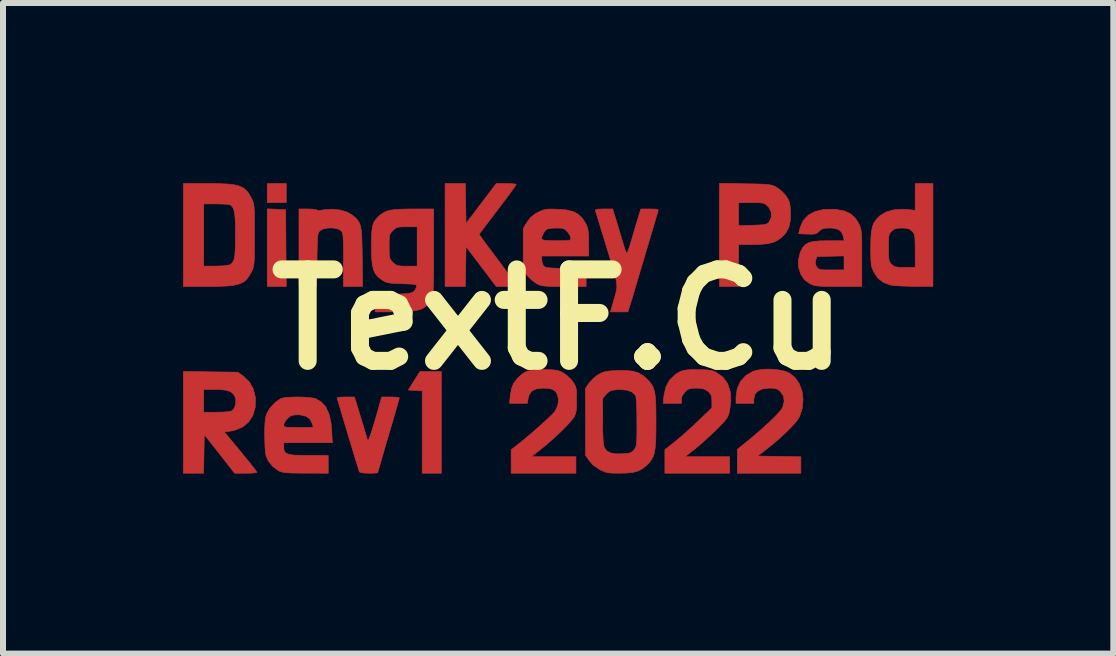
<source format=kicad_pcb>
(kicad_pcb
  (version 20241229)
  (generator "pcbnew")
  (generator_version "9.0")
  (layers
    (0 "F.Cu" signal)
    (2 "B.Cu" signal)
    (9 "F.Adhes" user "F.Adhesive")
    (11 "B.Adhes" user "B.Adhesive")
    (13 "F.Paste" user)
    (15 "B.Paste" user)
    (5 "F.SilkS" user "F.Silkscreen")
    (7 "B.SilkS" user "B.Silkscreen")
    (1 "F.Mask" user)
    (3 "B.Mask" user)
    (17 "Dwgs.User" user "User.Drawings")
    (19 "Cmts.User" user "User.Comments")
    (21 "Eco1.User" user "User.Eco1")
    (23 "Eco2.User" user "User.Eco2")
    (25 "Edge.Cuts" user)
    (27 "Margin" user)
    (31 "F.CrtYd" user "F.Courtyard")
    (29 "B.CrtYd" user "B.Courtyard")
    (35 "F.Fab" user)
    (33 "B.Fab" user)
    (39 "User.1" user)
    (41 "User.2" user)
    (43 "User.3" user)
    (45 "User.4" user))
  (footprint "TextF.Cu"
    (layer "F.Cu")
    (at 6.249 2.273)
    (property "Reference" "TextF.Cu" (at 0 0 0) (layer "F.SilkS") (effects (font (size 1.524 1.524) (thickness 0.3))))
    (attr through_hole exclude_from_pos_files exclude_from_bom)
    (fp_poly (pts (xy -4.53 -1.947) (xy -4.847 -1.947) (xy -4.847 -2.265) (xy -4.53 -2.265) (xy -4.53 -1.947)) (stroke (width 0.01) (type solid)) (fill yes) (layer "F.Cu"))
    (fp_poly (pts (xy -4.54 -1.831) (xy -4.535 -1.191) (xy -4.529 -0.55) (xy -4.847 -0.55) (xy -4.847 -1.843) (xy -4.54 -1.831)) (stroke (width 0.01) (type solid)) (fill yes) (layer "F.Cu"))
    (fp_poly (pts (xy -1.947 2.561) (xy -2.265 2.561) (xy -2.265 1.187) (xy -2.381 1.181) (xy -2.496 1.175) (xy -2.304 0.868) (xy -1.947 0.868) (xy -1.947 2.561)) (stroke (width 0.01) (type solid)) (fill yes) (layer "F.Cu"))
    (fp_poly (pts (xy -1.535 -1.6) (xy -1.283 -1.933) (xy -1.031 -2.265) (xy -0.865 -2.265) (xy -0.787 -2.263) (xy -0.729 -2.259) (xy -0.7 -2.252) (xy -0.699 -2.25) (xy -0.711 -2.23) (xy -0.745 -2.181) (xy -0.798 -2.107) (xy -0.867 -2.015) (xy -0.947 -1.908) (xy -1.008 -1.828) (xy -1.317 -1.42) (xy -1.268 -1.35) (xy -1.24 -1.312) (xy -1.191 -1.246) (xy -1.127 -1.159) (xy -1.052 -1.059) (xy -0.972 -0.951) (xy -0.968 -0.947) (xy -0.891 -0.842) (xy -0.821 -0.748) (xy -0.765 -0.669) (xy -0.725 -0.613) (xy -0.707 -0.583) (xy -0.706 -0.582) (xy -0.707 -0.566) (xy -0.728 -0.556) (xy -0.777 -0.552) (xy -0.861 -0.55) (xy -1.031 -0.55) (xy -1.283 -0.883) (xy -1.535 -1.215) (xy -1.546 -0.55) (xy -1.884 -0.55) (xy -1.884 -2.265) (xy -1.546 -2.265) (xy -1.535 -1.6)) (stroke (width 0.01) (type solid)) (fill yes) (layer "F.Cu"))
    (fp_poly (pts (xy -4.097 -1.839) (xy -4.044 -1.833) (xy -4.022 -1.825) (xy -4.022 -1.824) (xy -4.003 -1.818) (xy -3.954 -1.82) (xy -3.903 -1.828) (xy -3.771 -1.838) (xy -3.639 -1.825) (xy -3.52 -1.791) (xy -3.431 -1.74) (xy -3.383 -1.7) (xy -3.346 -1.662) (xy -3.318 -1.621) (xy -3.297 -1.57) (xy -3.283 -1.504) (xy -3.274 -1.418) (xy -3.269 -1.304) (xy -3.265 -1.158) (xy -3.264 -1.042) (xy -3.257 -0.55) (xy -3.577 -0.55) (xy -3.577 -0.995) (xy -3.577 -1.144) (xy -3.578 -1.256) (xy -3.581 -1.338) (xy -3.585 -1.395) (xy -3.591 -1.433) (xy -3.601 -1.458) (xy -3.614 -1.475) (xy -3.619 -1.482) (xy -3.673 -1.511) (xy -3.751 -1.525) (xy -3.837 -1.524) (xy -3.915 -1.508) (xy -3.961 -1.484) (xy -3.978 -1.469) (xy -3.99 -1.452) (xy -3.999 -1.426) (xy -4.006 -1.386) (xy -4.01 -1.326) (xy -4.013 -1.241) (xy -4.016 -1.123) (xy -4.018 -0.997) (xy -4.024 -0.55) (xy -4.318 -0.55) (xy -4.318 -1.841) (xy -4.17 -1.841) (xy -4.097 -1.839)) (stroke (width 0.01) (type solid)) (fill yes) (layer "F.Cu"))
    (fp_poly (pts (xy -5.791 0.872) (xy -5.338 0.878) (xy -5.246 0.943) (xy -5.146 1.038) (xy -5.078 1.159) (xy -5.044 1.302) (xy -5.044 1.308) (xy -5.047 1.463) (xy -5.086 1.597) (xy -5.157 1.708) (xy -5.258 1.791) (xy -5.387 1.845) (xy -5.462 1.86) (xy -5.562 1.873) (xy -5.29 2.201) (xy -5.208 2.302) (xy -5.135 2.391) (xy -5.077 2.465) (xy -5.036 2.518) (xy -5.018 2.544) (xy -5.018 2.545) (xy -5.037 2.552) (xy -5.089 2.558) (xy -5.164 2.561) (xy -5.203 2.561) (xy -5.389 2.561) (xy -5.642 2.239) (xy -5.895 1.917) (xy -5.901 2.239) (xy -5.907 2.561) (xy -6.244 2.561) (xy -6.244 1.545) (xy -5.905 1.545) (xy -5.692 1.545) (xy -5.598 1.543) (xy -5.516 1.538) (xy -5.459 1.53) (xy -5.44 1.524) (xy -5.395 1.478) (xy -5.371 1.408) (xy -5.371 1.329) (xy -5.384 1.284) (xy -5.416 1.234) (xy -5.465 1.199) (xy -5.54 1.177) (xy -5.645 1.166) (xy -5.741 1.164) (xy -5.905 1.164) (xy -5.905 1.545) (xy -6.244 1.545) (xy -6.244 0.866) (xy -5.791 0.872)) (stroke (width 0.01) (type solid)) (fill yes) (layer "F.Cu"))
    (fp_poly (pts (xy 3.117 -2.261) (xy 3.263 -2.259) (xy 3.373 -2.256) (xy 3.454 -2.252) (xy 3.513 -2.246) (xy 3.557 -2.238) (xy 3.592 -2.226) (xy 3.624 -2.21) (xy 3.64 -2.201) (xy 3.71 -2.15) (xy 3.778 -2.083) (xy 3.798 -2.057) (xy 3.832 -2.003) (xy 3.853 -1.952) (xy 3.864 -1.889) (xy 3.87 -1.798) (xy 3.87 -1.796) (xy 3.868 -1.651) (xy 3.843 -1.536) (xy 3.793 -1.442) (xy 3.722 -1.368) (xy 3.655 -1.319) (xy 3.578 -1.285) (xy 3.485 -1.263) (xy 3.365 -1.252) (xy 3.229 -1.249) (xy 3.006 -1.249) (xy 3.006 -0.55) (xy 2.688 -0.55) (xy 2.688 -1.947) (xy 3.006 -1.947) (xy 3.006 -1.563) (xy 3.24 -1.57) (xy 3.344 -1.574) (xy 3.414 -1.579) (xy 3.46 -1.587) (xy 3.489 -1.6) (xy 3.51 -1.62) (xy 3.516 -1.627) (xy 3.552 -1.703) (xy 3.551 -1.785) (xy 3.514 -1.863) (xy 3.494 -1.885) (xy 3.464 -1.914) (xy 3.435 -1.932) (xy 3.397 -1.942) (xy 3.341 -1.946) (xy 3.255 -1.947) (xy 3.219 -1.947) (xy 3.006 -1.947) (xy 2.688 -1.947) (xy 2.688 -2.268) (xy 3.117 -2.261)) (stroke (width 0.01) (type solid)) (fill yes) (layer "F.Cu"))
    (fp_poly (pts (xy 3.662 0.838) (xy 3.771 0.86) (xy 3.85 0.89) (xy 3.947 0.968) (xy 4.019 1.073) (xy 4.064 1.199) (xy 4.08 1.336) (xy 4.067 1.479) (xy 4.021 1.619) (xy 4.018 1.624) (xy 3.979 1.685) (xy 3.91 1.765) (xy 3.819 1.859) (xy 3.709 1.962) (xy 3.588 2.067) (xy 3.477 2.156) (xy 3.324 2.275) (xy 3.683 2.281) (xy 4.043 2.287) (xy 4.043 2.561) (xy 2.985 2.561) (xy 2.985 2.164) (xy 3.138 2.04) (xy 3.264 1.936) (xy 3.384 1.832) (xy 3.495 1.731) (xy 3.59 1.64) (xy 3.667 1.561) (xy 3.718 1.5) (xy 3.739 1.468) (xy 3.766 1.366) (xy 3.756 1.281) (xy 3.708 1.208) (xy 3.706 1.205) (xy 3.665 1.169) (xy 3.623 1.151) (xy 3.565 1.144) (xy 3.517 1.143) (xy 3.405 1.156) (xy 3.323 1.194) (xy 3.274 1.254) (xy 3.26 1.325) (xy 3.26 1.397) (xy 2.963 1.397) (xy 2.964 1.286) (xy 2.984 1.149) (xy 3.039 1.03) (xy 3.126 0.934) (xy 3.241 0.867) (xy 3.308 0.845) (xy 3.416 0.829) (xy 3.539 0.827) (xy 3.662 0.838)) (stroke (width 0.01) (type solid)) (fill yes) (layer "F.Cu"))
    (fp_poly (pts (xy -3.291 1.625) (xy -3.256 1.74) (xy -3.225 1.845) (xy -3.199 1.931) (xy -3.182 1.989) (xy -3.176 2.009) (xy -3.167 2.013) (xy -3.15 1.983) (xy -3.125 1.918) (xy -3.092 1.817) (xy -3.05 1.678) (xy -2.999 1.5) (xy -2.959 1.36) (xy -2.94 1.291) (xy -2.793 1.291) (xy -2.72 1.293) (xy -2.668 1.298) (xy -2.646 1.304) (xy -2.646 1.305) (xy -2.652 1.328) (xy -2.668 1.387) (xy -2.693 1.475) (xy -2.726 1.59) (xy -2.765 1.724) (xy -2.809 1.873) (xy -2.826 1.93) (xy -2.871 2.083) (xy -2.912 2.223) (xy -2.947 2.345) (xy -2.975 2.443) (xy -2.995 2.512) (xy -3.005 2.547) (xy -3.006 2.551) (xy -3.025 2.556) (xy -3.076 2.56) (xy -3.148 2.561) (xy -3.154 2.561) (xy -3.248 2.557) (xy -3.301 2.546) (xy -3.313 2.535) (xy -3.323 2.503) (xy -3.343 2.439) (xy -3.371 2.348) (xy -3.405 2.236) (xy -3.443 2.11) (xy -3.484 1.975) (xy -3.525 1.838) (xy -3.565 1.704) (xy -3.602 1.58) (xy -3.634 1.472) (xy -3.66 1.386) (xy -3.676 1.328) (xy -3.683 1.304) (xy -3.683 1.303) (xy -3.664 1.297) (xy -3.613 1.293) (xy -3.541 1.291) (xy -3.538 1.291) (xy -3.393 1.291) (xy -3.291 1.625)) (stroke (width 0.01) (type solid)) (fill yes) (layer "F.Cu"))
    (fp_poly (pts (xy 2.426 0.837) (xy 2.503 0.842) (xy 2.56 0.851) (xy 2.606 0.867) (xy 2.639 0.884) (xy 2.748 0.964) (xy 2.824 1.07) (xy 2.867 1.202) (xy 2.877 1.357) (xy 2.855 1.528) (xy 2.842 1.578) (xy 2.824 1.621) (xy 2.794 1.666) (xy 2.748 1.72) (xy 2.678 1.792) (xy 2.638 1.833) (xy 2.545 1.922) (xy 2.442 2.016) (xy 2.345 2.102) (xy 2.279 2.156) (xy 2.114 2.286) (xy 2.857 2.286) (xy 2.857 2.561) (xy 1.778 2.561) (xy 1.778 2.365) (xy 1.778 2.17) (xy 1.951 2.032) (xy 2.034 1.963) (xy 2.135 1.875) (xy 2.24 1.779) (xy 2.339 1.686) (xy 2.342 1.683) (xy 2.562 1.471) (xy 2.561 1.362) (xy 2.558 1.292) (xy 2.543 1.248) (xy 2.51 1.21) (xy 2.496 1.198) (xy 2.449 1.165) (xy 2.398 1.149) (xy 2.326 1.143) (xy 2.304 1.143) (xy 2.228 1.146) (xy 2.179 1.157) (xy 2.14 1.182) (xy 2.115 1.205) (xy 2.064 1.277) (xy 2.053 1.332) (xy 2.053 1.397) (xy 1.751 1.397) (xy 1.762 1.27) (xy 1.794 1.126) (xy 1.858 1.007) (xy 1.954 0.915) (xy 1.985 0.895) (xy 2.032 0.869) (xy 2.076 0.852) (xy 2.126 0.842) (xy 2.194 0.837) (xy 2.29 0.836) (xy 2.318 0.836) (xy 2.426 0.837)) (stroke (width 0.01) (type solid)) (fill yes) (layer "F.Cu"))
    (fp_poly (pts (xy 0.972 -1.635) (xy 1.006 -1.523) (xy 1.041 -1.404) (xy 1.073 -1.297) (xy 1.083 -1.265) (xy 1.106 -1.189) (xy 1.127 -1.131) (xy 1.141 -1.102) (xy 1.144 -1.101) (xy 1.155 -1.12) (xy 1.174 -1.172) (xy 1.199 -1.248) (xy 1.227 -1.339) (xy 1.259 -1.45) (xy 1.292 -1.561) (xy 1.321 -1.657) (xy 1.337 -1.709) (xy 1.378 -1.841) (xy 1.526 -1.841) (xy 1.604 -1.84) (xy 1.647 -1.836) (xy 1.665 -1.825) (xy 1.664 -1.806) (xy 1.664 -1.804) (xy 1.655 -1.776) (xy 1.636 -1.712) (xy 1.608 -1.617) (xy 1.572 -1.496) (xy 1.53 -1.354) (xy 1.483 -1.196) (xy 1.439 -1.048) (xy 1.388 -0.876) (xy 1.34 -0.713) (xy 1.295 -0.565) (xy 1.257 -0.436) (xy 1.226 -0.333) (xy 1.204 -0.26) (xy 1.193 -0.228) (xy 1.161 -0.127) (xy 0.871 -0.127) (xy 0.912 -0.27) (xy 0.937 -0.354) (xy 0.956 -0.422) (xy 0.97 -0.479) (xy 0.977 -0.532) (xy 0.976 -0.587) (xy 0.967 -0.649) (xy 0.95 -0.726) (xy 0.924 -0.822) (xy 0.887 -0.943) (xy 0.84 -1.097) (xy 0.813 -1.185) (xy 0.767 -1.339) (xy 0.723 -1.479) (xy 0.686 -1.602) (xy 0.655 -1.702) (xy 0.633 -1.773) (xy 0.621 -1.811) (xy 0.619 -1.815) (xy 0.626 -1.83) (xy 0.662 -1.838) (xy 0.733 -1.841) (xy 0.759 -1.841) (xy 0.908 -1.841) (xy 0.972 -1.635)) (stroke (width 0.01) (type solid)) (fill yes) (layer "F.Cu"))
    (fp_poly (pts (xy -5.654 -2.263) (xy -5.511 -2.257) (xy -5.398 -2.244) (xy -5.311 -2.223) (xy -5.244 -2.192) (xy -5.192 -2.148) (xy -5.149 -2.091) (xy -5.112 -2.024) (xy -5.095 -1.989) (xy -5.082 -1.957) (xy -5.073 -1.921) (xy -5.067 -1.874) (xy -5.062 -1.811) (xy -5.06 -1.727) (xy -5.059 -1.614) (xy -5.059 -1.467) (xy -5.059 -1.408) (xy -5.059 -1.247) (xy -5.06 -1.123) (xy -5.062 -1.03) (xy -5.065 -0.96) (xy -5.071 -0.909) (xy -5.079 -0.87) (xy -5.09 -0.837) (xy -5.105 -0.804) (xy -5.112 -0.791) (xy -5.152 -0.72) (xy -5.195 -0.663) (xy -5.249 -0.621) (xy -5.317 -0.591) (xy -5.405 -0.57) (xy -5.519 -0.558) (xy -5.665 -0.552) (xy -5.835 -0.55) (xy -6.244 -0.55) (xy -6.244 -1.926) (xy -5.905 -1.926) (xy -5.905 -0.889) (xy -5.699 -0.89) (xy -5.589 -0.893) (xy -5.508 -0.901) (xy -5.462 -0.914) (xy -5.459 -0.916) (xy -5.431 -0.942) (xy -5.409 -0.975) (xy -5.394 -1.021) (xy -5.385 -1.087) (xy -5.379 -1.177) (xy -5.377 -1.299) (xy -5.376 -1.407) (xy -5.378 -1.565) (xy -5.382 -1.686) (xy -5.391 -1.775) (xy -5.406 -1.838) (xy -5.427 -1.879) (xy -5.455 -1.904) (xy -5.473 -1.913) (xy -5.508 -1.919) (xy -5.574 -1.923) (xy -5.66 -1.926) (xy -5.706 -1.926) (xy -5.905 -1.926) (xy -6.244 -1.926) (xy -6.244 -2.265) (xy -5.835 -2.265) (xy -5.654 -2.263)) (stroke (width 0.01) (type solid)) (fill yes) (layer "F.Cu"))
    (fp_poly (pts (xy -0.137 0.837) (xy -0.062 0.841) (xy -0.008 0.85) (xy 0.037 0.865) (xy 0.083 0.889) (xy 0.084 0.889) (xy 0.154 0.94) (xy 0.222 1.007) (xy 0.242 1.034) (xy 0.272 1.078) (xy 0.291 1.117) (xy 0.301 1.162) (xy 0.306 1.225) (xy 0.307 1.316) (xy 0.307 1.341) (xy 0.306 1.444) (xy 0.301 1.516) (xy 0.29 1.568) (xy 0.273 1.609) (xy 0.261 1.63) (xy 0.216 1.688) (xy 0.146 1.766) (xy 0.056 1.857) (xy -0.047 1.954) (xy -0.156 2.051) (xy -0.264 2.141) (xy -0.282 2.155) (xy -0.447 2.286) (xy 0.296 2.286) (xy 0.296 2.561) (xy -0.783 2.561) (xy -0.783 2.365) (xy -0.783 2.17) (xy -0.629 2.049) (xy -0.538 1.974) (xy -0.439 1.891) (xy -0.339 1.803) (xy -0.244 1.718) (xy -0.161 1.641) (xy -0.096 1.578) (xy -0.056 1.534) (xy -0.051 1.527) (xy -0.007 1.436) (xy 0.006 1.338) (xy -0.01 1.257) (xy -0.044 1.199) (xy -0.092 1.164) (xy -0.164 1.147) (xy -0.25 1.143) (xy -0.359 1.154) (xy -0.435 1.189) (xy -0.482 1.25) (xy -0.5 1.314) (xy -0.513 1.397) (xy -0.81 1.397) (xy -0.797 1.269) (xy -0.777 1.153) (xy -0.741 1.063) (xy -0.681 0.984) (xy -0.664 0.966) (xy -0.605 0.912) (xy -0.547 0.875) (xy -0.481 0.853) (xy -0.397 0.841) (xy -0.283 0.837) (xy -0.243 0.836) (xy -0.137 0.837)) (stroke (width 0.01) (type solid)) (fill yes) (layer "F.Cu"))
    (fp_poly (pts (xy 6.244 -0.55) (xy 5.932 -0.552) (xy 5.814 -0.555) (xy 5.704 -0.559) (xy 5.612 -0.565) (xy 5.55 -0.572) (xy 5.537 -0.574) (xy 5.417 -0.618) (xy 5.326 -0.691) (xy 5.261 -0.788) (xy 5.24 -0.835) (xy 5.225 -0.878) (xy 5.215 -0.927) (xy 5.21 -0.991) (xy 5.208 -1.079) (xy 5.207 -1.195) (xy 5.207 -1.196) (xy 5.503 -1.196) (xy 5.504 -1.095) (xy 5.507 -1.027) (xy 5.515 -0.982) (xy 5.528 -0.952) (xy 5.549 -0.926) (xy 5.555 -0.92) (xy 5.586 -0.893) (xy 5.621 -0.878) (xy 5.671 -0.87) (xy 5.749 -0.868) (xy 5.778 -0.868) (xy 5.948 -0.868) (xy 5.948 -1.144) (xy 5.947 -1.257) (xy 5.945 -1.336) (xy 5.94 -1.389) (xy 5.931 -1.424) (xy 5.917 -1.449) (xy 5.896 -1.472) (xy 5.856 -1.504) (xy 5.808 -1.519) (xy 5.735 -1.524) (xy 5.726 -1.524) (xy 5.65 -1.52) (xy 5.6 -1.506) (xy 5.56 -1.476) (xy 5.555 -1.472) (xy 5.532 -1.446) (xy 5.517 -1.417) (xy 5.508 -1.376) (xy 5.504 -1.314) (xy 5.503 -1.221) (xy 5.503 -1.196) (xy 5.207 -1.196) (xy 5.21 -1.343) (xy 5.218 -1.457) (xy 5.235 -1.544) (xy 5.262 -1.612) (xy 5.302 -1.67) (xy 5.357 -1.725) (xy 5.361 -1.729) (xy 5.459 -1.789) (xy 5.585 -1.826) (xy 5.731 -1.837) (xy 5.815 -1.833) (xy 5.948 -1.819) (xy 5.948 -2.265) (xy 6.244 -2.265) (xy 6.244 -0.55)) (stroke (width 0.01) (type solid)) (fill yes) (layer "F.Cu"))
    (fp_poly (pts (xy -4.252 1.293) (xy -4.153 1.299) (xy -4.074 1.31) (xy -4.037 1.32) (xy -3.94 1.379) (xy -3.867 1.465) (xy -3.815 1.582) (xy -3.783 1.731) (xy -3.773 1.846) (xy -3.762 2.053) (xy -4.572 2.053) (xy -4.572 2.126) (xy -4.568 2.174) (xy -4.553 2.209) (xy -4.522 2.234) (xy -4.469 2.251) (xy -4.388 2.26) (xy -4.275 2.264) (xy -4.155 2.265) (xy -3.831 2.265) (xy -3.831 2.561) (xy -4.207 2.56) (xy -4.346 2.559) (xy -4.449 2.557) (xy -4.525 2.553) (xy -4.579 2.546) (xy -4.619 2.536) (xy -4.653 2.522) (xy -4.659 2.519) (xy -4.758 2.446) (xy -4.833 2.35) (xy -4.867 2.269) (xy -4.876 2.218) (xy -4.883 2.136) (xy -4.887 2.033) (xy -4.889 1.922) (xy -4.889 1.916) (xy -4.888 1.792) (xy -4.886 1.755) (xy -4.572 1.755) (xy -4.57 1.774) (xy -4.558 1.787) (xy -4.53 1.794) (xy -4.479 1.798) (xy -4.397 1.799) (xy -4.326 1.799) (xy -4.081 1.799) (xy -4.094 1.741) (xy -4.132 1.662) (xy -4.201 1.611) (xy -4.3 1.589) (xy -4.331 1.587) (xy -4.405 1.591) (xy -4.454 1.605) (xy -4.496 1.636) (xy -4.51 1.649) (xy -4.55 1.699) (xy -4.571 1.746) (xy -4.572 1.755) (xy -4.886 1.755) (xy -4.883 1.703) (xy -4.875 1.637) (xy -4.862 1.586) (xy -4.849 1.556) (xy -4.795 1.469) (xy -4.721 1.389) (xy -4.641 1.33) (xy -4.608 1.314) (xy -4.55 1.301) (xy -4.463 1.294) (xy -4.36 1.291) (xy -4.252 1.293)) (stroke (width 0.01) (type solid)) (fill yes) (layer "F.Cu"))
    (fp_poly (pts (xy 4.621 -1.835) (xy 4.762 -1.81) (xy 4.871 -1.761) (xy 4.954 -1.685) (xy 5.004 -1.605) (xy 5.022 -1.568) (xy 5.035 -1.534) (xy 5.045 -1.496) (xy 5.052 -1.449) (xy 5.056 -1.385) (xy 5.058 -1.299) (xy 5.059 -1.183) (xy 5.059 -1.032) (xy 5.059 -1.022) (xy 5.059 -0.55) (xy 4.672 -0.55) (xy 4.533 -0.551) (xy 4.429 -0.552) (xy 4.353 -0.556) (xy 4.297 -0.562) (xy 4.255 -0.571) (xy 4.219 -0.584) (xy 4.19 -0.598) (xy 4.102 -0.665) (xy 4.04 -0.758) (xy 4.006 -0.87) (xy 4.004 -0.928) (xy 4.284 -0.928) (xy 4.306 -0.878) (xy 4.324 -0.854) (xy 4.346 -0.839) (xy 4.382 -0.83) (xy 4.441 -0.826) (xy 4.531 -0.826) (xy 4.551 -0.826) (xy 4.763 -0.826) (xy 4.763 -1.06) (xy 4.537 -1.054) (xy 4.311 -1.048) (xy 4.291 -0.989) (xy 4.284 -0.928) (xy 4.004 -0.928) (xy 4.003 -0.991) (xy 4.032 -1.113) (xy 4.042 -1.137) (xy 4.077 -1.202) (xy 4.119 -1.249) (xy 4.174 -1.281) (xy 4.251 -1.3) (xy 4.355 -1.31) (xy 4.494 -1.312) (xy 4.766 -1.312) (xy 4.752 -1.381) (xy 4.725 -1.453) (xy 4.676 -1.498) (xy 4.598 -1.52) (xy 4.526 -1.524) (xy 4.45 -1.521) (xy 4.4 -1.509) (xy 4.361 -1.483) (xy 4.347 -1.47) (xy 4.314 -1.441) (xy 4.278 -1.426) (xy 4.227 -1.421) (xy 4.15 -1.423) (xy 4.006 -1.429) (xy 4.033 -1.534) (xy 4.082 -1.647) (xy 4.164 -1.736) (xy 4.276 -1.797) (xy 4.416 -1.832) (xy 4.583 -1.837) (xy 4.621 -1.835)) (stroke (width 0.01) (type solid)) (fill yes) (layer "F.Cu"))
    (fp_poly (pts (xy -0.012 -1.837) (xy -0.01 -1.837) (xy 0.135 -1.826) (xy 0.248 -1.799) (xy 0.334 -1.754) (xy 0.403 -1.687) (xy 0.451 -1.613) (xy 0.477 -1.561) (xy 0.494 -1.514) (xy 0.503 -1.458) (xy 0.507 -1.384) (xy 0.508 -1.283) (xy 0.508 -1.058) (xy -0.275 -1.058) (xy -0.275 -0.999) (xy -0.264 -0.939) (xy -0.245 -0.898) (xy -0.23 -0.883) (xy -0.208 -0.871) (xy -0.171 -0.863) (xy -0.112 -0.858) (xy -0.027 -0.854) (xy 0.094 -0.851) (xy 0.125 -0.851) (xy 0.466 -0.844) (xy 0.466 -0.55) (xy 0.099 -0.55) (xy -0.036 -0.551) (xy -0.136 -0.552) (xy -0.208 -0.556) (xy -0.261 -0.562) (xy -0.301 -0.572) (xy -0.337 -0.587) (xy -0.362 -0.6) (xy -0.432 -0.649) (xy -0.499 -0.714) (xy -0.519 -0.739) (xy -0.582 -0.829) (xy -0.582 -1.352) (xy -0.276 -1.352) (xy -0.262 -1.33) (xy -0.222 -1.318) (xy -0.149 -1.313) (xy -0.04 -1.312) (xy -0.032 -1.312) (xy 0.073 -1.313) (xy 0.142 -1.315) (xy 0.184 -1.32) (xy 0.204 -1.33) (xy 0.211 -1.345) (xy 0.212 -1.353) (xy 0.199 -1.395) (xy 0.166 -1.447) (xy 0.157 -1.459) (xy 0.121 -1.496) (xy 0.084 -1.516) (xy 0.031 -1.523) (xy -0.021 -1.524) (xy -0.112 -1.521) (xy -0.171 -1.511) (xy -0.21 -1.488) (xy -0.238 -1.449) (xy -0.244 -1.438) (xy -0.269 -1.387) (xy -0.276 -1.352) (xy -0.582 -1.352) (xy -0.582 -1.517) (xy -0.518 -1.621) (xy -0.458 -1.701) (xy -0.383 -1.76) (xy -0.339 -1.785) (xy -0.282 -1.812) (xy -0.233 -1.829) (xy -0.181 -1.838) (xy -0.111 -1.84) (xy -0.012 -1.837)) (stroke (width 0.01) (type solid)) (fill yes) (layer "F.Cu"))
    (fp_poly (pts (xy 1.239 0.86) (xy 1.331 0.886) (xy 1.409 0.93) (xy 1.482 0.994) (xy 1.527 1.042) (xy 1.562 1.089) (xy 1.588 1.141) (xy 1.606 1.204) (xy 1.618 1.284) (xy 1.625 1.388) (xy 1.629 1.521) (xy 1.63 1.69) (xy 1.63 1.708) (xy 1.629 1.883) (xy 1.625 2.023) (xy 1.617 2.131) (xy 1.604 2.216) (xy 1.584 2.282) (xy 1.556 2.336) (xy 1.519 2.384) (xy 1.472 2.431) (xy 1.404 2.486) (xy 1.334 2.523) (xy 1.25 2.546) (xy 1.143 2.558) (xy 1.015 2.561) (xy 0.914 2.56) (xy 0.842 2.554) (xy 0.785 2.541) (xy 0.729 2.518) (xy 0.697 2.503) (xy 0.583 2.425) (xy 0.519 2.353) (xy 0.455 2.261) (xy 0.455 1.313) (xy 0.741 1.313) (xy 0.742 1.699) (xy 0.743 1.855) (xy 0.747 1.973) (xy 0.753 2.057) (xy 0.762 2.111) (xy 0.77 2.136) (xy 0.812 2.189) (xy 0.87 2.222) (xy 0.952 2.238) (xy 1.055 2.238) (xy 1.138 2.233) (xy 1.192 2.224) (xy 1.227 2.207) (xy 1.258 2.178) (xy 1.262 2.173) (xy 1.279 2.151) (xy 1.292 2.128) (xy 1.301 2.098) (xy 1.307 2.053) (xy 1.31 1.988) (xy 1.312 1.895) (xy 1.312 1.769) (xy 1.312 1.712) (xy 1.311 1.571) (xy 1.308 1.451) (xy 1.303 1.355) (xy 1.296 1.292) (xy 1.291 1.269) (xy 1.236 1.211) (xy 1.148 1.177) (xy 1.03 1.167) (xy 0.999 1.168) (xy 0.921 1.176) (xy 0.87 1.189) (xy 0.832 1.214) (xy 0.802 1.245) (xy 0.741 1.313) (xy 0.455 1.313) (xy 0.455 1.15) (xy 0.513 1.063) (xy 0.567 1) (xy 0.638 0.939) (xy 0.671 0.917) (xy 0.725 0.889) (xy 0.777 0.87) (xy 0.841 0.859) (xy 0.928 0.852) (xy 0.979 0.85) (xy 1.125 0.849) (xy 1.239 0.86)) (stroke (width 0.01) (type solid)) (fill yes) (layer "F.Cu"))
    (fp_poly (pts (xy -2.074 -1.132) (xy -2.074 -0.938) (xy -2.075 -0.782) (xy -2.076 -0.658) (xy -2.079 -0.563) (xy -2.082 -0.492) (xy -2.087 -0.439) (xy -2.093 -0.401) (xy -2.102 -0.372) (xy -2.112 -0.347) (xy -2.114 -0.343) (xy -2.156 -0.273) (xy -2.203 -0.22) (xy -2.263 -0.181) (xy -2.341 -0.155) (xy -2.443 -0.138) (xy -2.576 -0.13) (xy -2.725 -0.128) (xy -3.048 -0.127) (xy -3.048 -0.423) (xy -2.754 -0.423) (xy -2.621 -0.425) (xy -2.523 -0.43) (xy -2.455 -0.442) (xy -2.41 -0.462) (xy -2.382 -0.492) (xy -2.364 -0.534) (xy -2.361 -0.543) (xy -2.357 -0.562) (xy -2.363 -0.575) (xy -2.386 -0.584) (xy -2.432 -0.589) (xy -2.509 -0.593) (xy -2.599 -0.596) (xy -2.708 -0.6) (xy -2.785 -0.605) (xy -2.84 -0.614) (xy -2.882 -0.629) (xy -2.921 -0.65) (xy -2.936 -0.66) (xy -2.998 -0.707) (xy -3.043 -0.76) (xy -3.075 -0.826) (xy -3.096 -0.912) (xy -3.107 -1.024) (xy -3.111 -1.17) (xy -3.111 -1.214) (xy -3.111 -1.217) (xy -2.815 -1.217) (xy -2.815 -1.122) (xy -2.811 -1.059) (xy -2.802 -1.017) (xy -2.786 -0.987) (xy -2.759 -0.957) (xy -2.753 -0.951) (xy -2.719 -0.92) (xy -2.686 -0.901) (xy -2.642 -0.892) (xy -2.574 -0.889) (xy -2.52 -0.889) (xy -2.349 -0.889) (xy -2.349 -1.545) (xy -2.52 -1.545) (xy -2.607 -1.544) (xy -2.663 -1.539) (xy -2.701 -1.526) (xy -2.733 -1.502) (xy -2.753 -1.483) (xy -2.782 -1.453) (xy -2.8 -1.423) (xy -2.81 -1.384) (xy -2.814 -1.325) (xy -2.815 -1.236) (xy -2.815 -1.217) (xy -3.111 -1.217) (xy -3.11 -1.358) (xy -3.104 -1.467) (xy -3.093 -1.549) (xy -3.073 -1.612) (xy -3.043 -1.662) (xy -3.001 -1.708) (xy -2.978 -1.73) (xy -2.928 -1.768) (xy -2.875 -1.797) (xy -2.811 -1.818) (xy -2.729 -1.831) (xy -2.622 -1.838) (xy -2.484 -1.841) (xy -2.408 -1.841) (xy -2.074 -1.841) (xy -2.074 -1.132)) (stroke (width 0.01) (type solid)) (fill yes) (layer "F.Cu")))
  (gr_rect
    (start -3 -3)
    (end 15.498 7.839)
    (stroke (width 0.1) (type default))
    (fill no)
    (layer "Edge.Cuts")))
</source>
